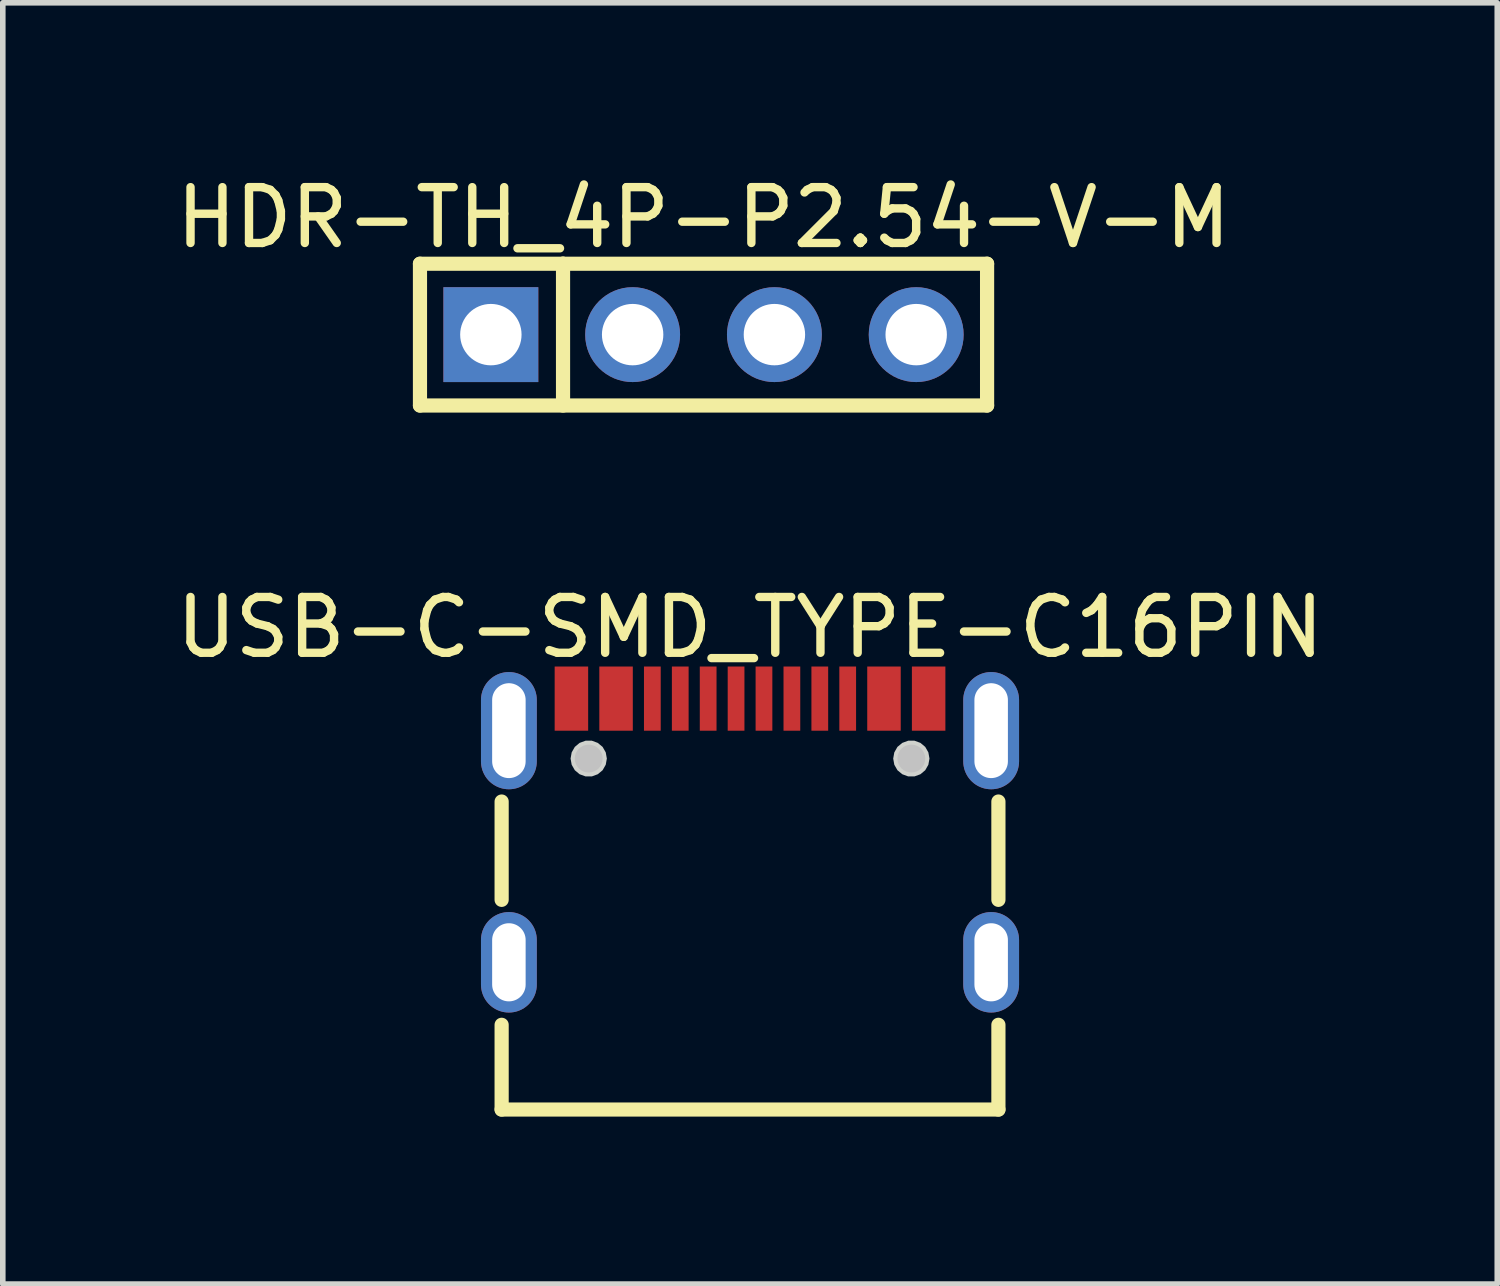
<source format=kicad_pcb>
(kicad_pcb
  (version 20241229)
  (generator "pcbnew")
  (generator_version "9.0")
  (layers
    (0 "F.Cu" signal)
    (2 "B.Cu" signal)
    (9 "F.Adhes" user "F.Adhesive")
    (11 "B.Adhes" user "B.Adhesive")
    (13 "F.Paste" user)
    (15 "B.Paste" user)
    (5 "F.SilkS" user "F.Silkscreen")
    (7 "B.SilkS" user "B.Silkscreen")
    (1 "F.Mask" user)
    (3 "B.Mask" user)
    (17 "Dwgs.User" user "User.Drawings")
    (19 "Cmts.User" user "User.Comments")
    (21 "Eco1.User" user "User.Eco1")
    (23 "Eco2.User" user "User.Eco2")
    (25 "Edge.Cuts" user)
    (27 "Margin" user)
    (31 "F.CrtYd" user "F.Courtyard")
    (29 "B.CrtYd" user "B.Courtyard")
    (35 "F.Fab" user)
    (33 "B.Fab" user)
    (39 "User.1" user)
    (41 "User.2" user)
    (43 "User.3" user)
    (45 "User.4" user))
  (footprint "HDR-TH_4P-P2.54-V-M"
    (layer "F.Cu")
    (at 9.554 2.945)
    (property "Reference" "HDR-TH_4P-P2.54-V-M" (at 0 -2.097 0) (layer "F.SilkS") (effects (font (size 1 1) (thickness 0.15))))
    (fp_line (start -5.08 -1.27) (end -2.517 -1.27) (stroke (width 0.254) (type default)) (layer "F.SilkS"))
    (fp_line (start -5.08 1.27) (end -5.08 -1.27) (stroke (width 0.254) (type default)) (layer "F.SilkS"))
    (fp_line (start -2.517 -1.27) (end -2.517 1.27) (stroke (width 0.254) (type default)) (layer "F.SilkS"))
    (fp_line (start -2.517 -1.27) (end 5.08 -1.27) (stroke (width 0.254) (type default)) (layer "F.SilkS"))
    (fp_line (start 5.08 -1.27) (end 5.08 1.27) (stroke (width 0.254) (type default)) (layer "F.SilkS"))
    (fp_line (start 5.08 1.27) (end -5.08 1.27) (stroke (width 0.254) (type default)) (layer "F.SilkS"))
    (fp_poly (pts (xy -4.13 -0.32) (xy -3.49 -0.32) (xy -3.49 0.32) (xy -4.13 0.32)) (stroke (width 0.1) (type default)) (fill no) (layer "User.1"))
    (fp_poly (pts (xy -1.59 -0.32) (xy -0.95 -0.32) (xy -0.95 0.32) (xy -1.59 0.32)) (stroke (width 0.1) (type default)) (fill no) (layer "User.1"))
    (fp_poly (pts (xy 0.95 -0.32) (xy 1.59 -0.32) (xy 1.59 0.32) (xy 0.95 0.32)) (stroke (width 0.1) (type default)) (fill no) (layer "User.1"))
    (fp_poly (pts (xy 3.49 -0.32) (xy 4.13 -0.32) (xy 4.13 0.32) (xy 3.49 0.32)) (stroke (width 0.1) (type default)) (fill no) (layer "User.1"))
    (fp_line (start -5.08 -1.25) (end 5.08 -1.25) (stroke (width 0.051) (type default)) (layer "User.2"))
    (fp_line (start -5.08 1.25) (end -5.08 -1.25) (stroke (width 0.051) (type default)) (layer "User.2"))
    (fp_line (start 5.08 -1.25) (end 5.08 1.25) (stroke (width 0.051) (type default)) (layer "User.2"))
    (fp_line (start 5.08 1.25) (end -5.08 1.25) (stroke (width 0.051) (type default)) (layer "User.2"))
    (fp_poly (pts (xy -5.02 1.25) (xy -5.038 1.208) (xy -5.08 1.19) (xy -5.122 1.208) (xy -5.14 1.25) (xy -5.122 1.292) (xy -5.08 1.31) (xy -5.038 1.292)) (stroke (width 0.1) (type default)) (fill no) (layer "User.3"))
    (pad "1" thru_hole rect (at -3.81 0) (size 1.7 1.7) (drill 1.1) (layers "*.Cu" "*.Mask"))
    (pad "2" thru_hole circle (at -1.27 0) (size 1.7 1.7) (drill 1.1) (layers "*.Cu" "*.Mask"))
    (pad "3" thru_hole circle (at 1.27 0) (size 1.7 1.7) (drill 1.1) (layers "*.Cu" "*.Mask"))
    (pad "4" thru_hole circle (at 3.81 0) (size 1.7 1.7) (drill 1.1) (layers "*.Cu" "*.Mask")))
  (footprint "USB-C-SMD_TYPE-C16PIN"
    (layer "F.Cu")
    (at 10.387 11.828)
    (property "Reference" "USB-C-SMD_TYPE-C16PIN" (at 0 -3.638 0) (layer "F.SilkS") (effects (font (size 1 1) (thickness 0.15))))
    (fp_line (start -4.45 -0.518) (end -4.45 1.243) (stroke (width 0.254) (type default)) (layer "F.SilkS"))
    (fp_line (start -4.45 3.482) (end -4.45 5) (stroke (width 0.254) (type default)) (layer "F.SilkS"))
    (fp_line (start -4.45 5) (end 4.45 5) (stroke (width 0.254) (type default)) (layer "F.SilkS"))
    (fp_line (start 4.45 1.243) (end 4.45 -0.518) (stroke (width 0.254) (type default)) (layer "F.SilkS"))
    (fp_line (start 4.45 5) (end 4.45 3.482) (stroke (width 0.254) (type default)) (layer "F.SilkS"))
    (fp_poly (pts (xy -3.5 -2.938) (xy -2.9 -2.938) (xy -2.9 -1.788) (xy -3.5 -1.788)) (stroke (width 0) (type default)) (fill yes) (layer "F.Paste"))
    (fp_poly (pts (xy -2.7 -2.938) (xy -2.1 -2.938) (xy -2.1 -1.788) (xy -2.7 -1.788)) (stroke (width 0) (type default)) (fill yes) (layer "F.Paste"))
    (fp_poly (pts (xy -1.9 -2.938) (xy -1.6 -2.938) (xy -1.6 -1.788) (xy -1.9 -1.788)) (stroke (width 0) (type default)) (fill yes) (layer "F.Paste"))
    (fp_poly (pts (xy -1.4 -2.938) (xy -1.1 -2.938) (xy -1.1 -1.788) (xy -1.4 -1.788)) (stroke (width 0) (type default)) (fill yes) (layer "F.Paste"))
    (fp_poly (pts (xy -0.9 -2.938) (xy -0.6 -2.938) (xy -0.6 -1.788) (xy -0.9 -1.788)) (stroke (width 0) (type default)) (fill yes) (layer "F.Paste"))
    (fp_poly (pts (xy -0.4 -2.938) (xy -0.1 -2.938) (xy -0.1 -1.788) (xy -0.4 -1.788)) (stroke (width 0) (type default)) (fill yes) (layer "F.Paste"))
    (fp_poly (pts (xy 0.1 -2.938) (xy 0.4 -2.938) (xy 0.4 -1.788) (xy 0.1 -1.788)) (stroke (width 0) (type default)) (fill yes) (layer "F.Paste"))
    (fp_poly (pts (xy 0.6 -2.938) (xy 0.9 -2.938) (xy 0.9 -1.788) (xy 0.6 -1.788)) (stroke (width 0) (type default)) (fill yes) (layer "F.Paste"))
    (fp_poly (pts (xy 1.1 -2.938) (xy 1.4 -2.938) (xy 1.4 -1.788) (xy 1.1 -1.788)) (stroke (width 0) (type default)) (fill yes) (layer "F.Paste"))
    (fp_poly (pts (xy 1.6 -2.938) (xy 1.9 -2.938) (xy 1.9 -1.788) (xy 1.6 -1.788)) (stroke (width 0) (type default)) (fill yes) (layer "F.Paste"))
    (fp_poly (pts (xy 2.1 -2.938) (xy 2.7 -2.938) (xy 2.7 -1.788) (xy 2.1 -1.788)) (stroke (width 0) (type default)) (fill yes) (layer "F.Paste"))
    (fp_poly (pts (xy 2.9 -2.938) (xy 3.5 -2.938) (xy 3.5 -1.788) (xy 2.9 -1.788)) (stroke (width 0) (type default)) (fill yes) (layer "F.Paste"))
    (fp_poly (pts (arc (start -4.82 -2.3375) (mid -4.32 -2.8375) (end -3.82 -2.3375)) (arc (start -3.82 -1.2375) (mid -4.32 -0.7375) (end -4.82 -1.2375))) (stroke (width 0) (type default)) (fill yes) (layer "F.Paste"))
    (fp_poly (pts (arc (start -4.82 1.9625) (mid -4.32 1.4625) (end -3.82 1.9625)) (arc (start -3.82 2.7625) (mid -4.32 3.2625) (end -4.82 2.7625))) (stroke (width 0) (type default)) (fill yes) (layer "F.Paste"))
    (fp_poly (pts (arc (start 3.82 -2.3375) (mid 4.32 -2.8375) (end 4.82 -2.3375)) (arc (start 4.82 -1.2375) (mid 4.32 -0.7375) (end 3.82 -1.2375))) (stroke (width 0) (type default)) (fill yes) (layer "F.Paste"))
    (fp_poly (pts (arc (start 3.82 1.9625) (mid 4.32 1.4625) (end 4.82 1.9625)) (arc (start 4.82 2.7625) (mid 4.32 3.2625) (end 3.82 2.7625))) (stroke (width 0) (type default)) (fill yes) (layer "F.Paste"))
    (fp_circle (center -2.89 -1.288) (end -2.765 -1.288) (stroke (width 0.25) (type default)) (fill no) (layer "Dwgs.User"))
    (fp_circle (center 2.89 -1.288) (end 3.015 -1.288) (stroke (width 0.25) (type default)) (fill no) (layer "Dwgs.User"))
    (fp_poly (pts (xy -2.565 -1.288) (xy -2.585 -1.399) (xy -2.641 -1.497) (xy -2.728 -1.569) (xy -2.834 -1.608) (xy -2.946 -1.608) (xy -3.053 -1.569) (xy -3.139 -1.497) (xy -3.195 -1.399) (xy -3.215 -1.288) (xy -3.195 -1.177) (xy -3.139 -1.079) (xy -3.053 -1.007) (xy -2.946 -0.968) (xy -2.834 -0.968) (xy -2.728 -1.007) (xy -2.641 -1.079) (xy -2.585 -1.177)) (stroke (width 0) (type default)) (fill yes) (layer "Edge.Cuts"))
    (fp_poly (pts (xy 3.215 -1.288) (xy 3.195 -1.399) (xy 3.139 -1.497) (xy 3.053 -1.569) (xy 2.946 -1.608) (xy 2.834 -1.608) (xy 2.728 -1.569) (xy 2.641 -1.497) (xy 2.585 -1.399) (xy 2.565 -1.288) (xy 2.585 -1.177) (xy 2.641 -1.079) (xy 2.728 -1.007) (xy 2.834 -0.968) (xy 2.946 -0.968) (xy 3.053 -1.007) (xy 3.139 -1.079) (xy 3.195 -1.177)) (stroke (width 0) (type default)) (fill yes) (layer "Edge.Cuts"))
    (fp_poly (pts (xy -4.47 -2.337) (xy -4.17 -2.337) (xy -4.17 -1.238) (xy -4.47 -1.238)) (stroke (width 0.1) (type default)) (fill no) (layer "User.1"))
    (fp_poly (pts (xy -4.47 1.962) (xy -4.17 1.962) (xy -4.17 2.763) (xy -4.47 2.763)) (stroke (width 0.1) (type default)) (fill no) (layer "User.1"))
    (fp_poly (pts (xy -3.4 -2.803) (xy -3 -2.803) (xy -3 -2.103) (xy -3.4 -2.103)) (stroke (width 0.1) (type default)) (fill no) (layer "User.1"))
    (fp_poly (pts (xy -2.6 -2.803) (xy -2.2 -2.803) (xy -2.2 -2.103) (xy -2.6 -2.103)) (stroke (width 0.1) (type default)) (fill no) (layer "User.1"))
    (fp_poly (pts (xy -1.85 -2.803) (xy -1.65 -2.803) (xy -1.65 -2.103) (xy -1.85 -2.103)) (stroke (width 0.1) (type default)) (fill no) (layer "User.1"))
    (fp_poly (pts (xy -1.35 -2.803) (xy -1.15 -2.803) (xy -1.15 -2.103) (xy -1.35 -2.103)) (stroke (width 0.1) (type default)) (fill no) (layer "User.1"))
    (fp_poly (pts (xy -0.85 -2.803) (xy -0.65 -2.803) (xy -0.65 -2.103) (xy -0.85 -2.103)) (stroke (width 0.1) (type default)) (fill no) (layer "User.1"))
    (fp_poly (pts (xy -0.35 -2.803) (xy -0.15 -2.803) (xy -0.15 -2.103) (xy -0.35 -2.103)) (stroke (width 0.1) (type default)) (fill no) (layer "User.1"))
    (fp_poly (pts (xy 0.15 -2.803) (xy 0.35 -2.803) (xy 0.35 -2.103) (xy 0.15 -2.103)) (stroke (width 0.1) (type default)) (fill no) (layer "User.1"))
    (fp_poly (pts (xy 0.65 -2.803) (xy 0.85 -2.803) (xy 0.85 -2.103) (xy 0.65 -2.103)) (stroke (width 0.1) (type default)) (fill no) (layer "User.1"))
    (fp_poly (pts (xy 1.15 -2.803) (xy 1.35 -2.803) (xy 1.35 -2.103) (xy 1.15 -2.103)) (stroke (width 0.1) (type default)) (fill no) (layer "User.1"))
    (fp_poly (pts (xy 1.65 -2.803) (xy 1.85 -2.803) (xy 1.85 -2.103) (xy 1.65 -2.103)) (stroke (width 0.1) (type default)) (fill no) (layer "User.1"))
    (fp_poly (pts (xy 2.2 -2.803) (xy 2.6 -2.803) (xy 2.6 -2.103) (xy 2.2 -2.103)) (stroke (width 0.1) (type default)) (fill no) (layer "User.1"))
    (fp_poly (pts (xy 3 -2.803) (xy 3.4 -2.803) (xy 3.4 -2.103) (xy 3 -2.103)) (stroke (width 0.1) (type default)) (fill no) (layer "User.1"))
    (fp_poly (pts (xy 4.17 -2.337) (xy 4.47 -2.337) (xy 4.47 -1.238) (xy 4.17 -1.238)) (stroke (width 0.1) (type default)) (fill no) (layer "User.1"))
    (fp_poly (pts (xy 4.17 1.962) (xy 4.47 1.962) (xy 4.47 2.763) (xy 4.17 2.763)) (stroke (width 0.1) (type default)) (fill no) (layer "User.1"))
    (fp_line (start -4.47 -2.338) (end 4.47 -2.338) (stroke (width 0.051) (type default)) (layer "User.2"))
    (fp_line (start -4.47 5.012) (end -4.47 -2.338) (stroke (width 0.051) (type default)) (layer "User.2"))
    (fp_line (start 4.47 -2.338) (end 4.47 5.012) (stroke (width 0.051) (type default)) (layer "User.2"))
    (fp_line (start 4.47 5.012) (end -4.47 5.012) (stroke (width 0.051) (type default)) (layer "User.2"))
    (fp_poly (pts (xy -4.41 -2.803) (xy -4.428 -2.845) (xy -4.47 -2.862) (xy -4.512 -2.845) (xy -4.53 -2.803) (xy -4.512 -2.76) (xy -4.47 -2.743) (xy -4.428 -2.76)) (stroke (width 0.1) (type default)) (fill no) (layer "User.3"))
    (pad "1" thru_hole oval (at -4.32 -1.788) (size 1 2.1) (drill oval 0.6 1.7) (layers "*.Cu" "*.Mask"))
    (pad "2" thru_hole oval (at 4.32 -1.788) (size 1 2.1) (drill oval 0.6 1.7) (layers "*.Cu" "*.Mask"))
    (pad "3" thru_hole oval (at -4.32 2.362) (size 1 1.8) (drill oval 0.6 1.4) (layers "*.Cu" "*.Mask"))
    (pad "4" thru_hole oval (at 4.32 2.362) (size 1 1.8) (drill oval 0.6 1.4) (layers "*.Cu" "*.Mask"))
    (pad "A1B12" smd rect (at -3.2 -2.362) (size 0.6 1.15) (layers "F.Cu" "F.Mask" "F.Paste"))
    (pad "A4B9" smd rect (at -2.4 -2.362) (size 0.6 1.15) (layers "F.Cu" "F.Mask" "F.Paste"))
    (pad "A5" smd rect (at -1.25 -2.362) (size 0.3 1.15) (layers "F.Cu" "F.Mask" "F.Paste"))
    (pad "A6" smd rect (at -0.25 -2.362) (size 0.3 1.15) (layers "F.Cu" "F.Mask" "F.Paste"))
    (pad "A7" smd rect (at 0.25 -2.362) (size 0.3 1.15) (layers "F.Cu" "F.Mask" "F.Paste"))
    (pad "A8" smd rect (at 1.25 -2.362) (size 0.3 1.15) (layers "F.Cu" "F.Mask" "F.Paste"))
    (pad "B1A12" smd rect (at 3.2 -2.362) (size 0.6 1.15) (layers "F.Cu" "F.Mask" "F.Paste"))
    (pad "B4A9" smd rect (at 2.4 -2.362) (size 0.6 1.15) (layers "F.Cu" "F.Mask" "F.Paste"))
    (pad "B5" smd rect (at 1.75 -2.362) (size 0.3 1.15) (layers "F.Cu" "F.Mask" "F.Paste"))
    (pad "B6" smd rect (at 0.75 -2.362) (size 0.3 1.15) (layers "F.Cu" "F.Mask" "F.Paste"))
    (pad "B7" smd rect (at -0.75 -2.362) (size 0.3 1.15) (layers "F.Cu" "F.Mask" "F.Paste"))
    (pad "B8" smd rect (at -1.75 -2.362) (size 0.3 1.15) (layers "F.Cu" "F.Mask" "F.Paste")))
  (gr_rect
    (start -3 -3)
    (end 23.774 19.955)
    (stroke (width 0.1) (type default))
    (fill no)
    (layer "Edge.Cuts")))
</source>
